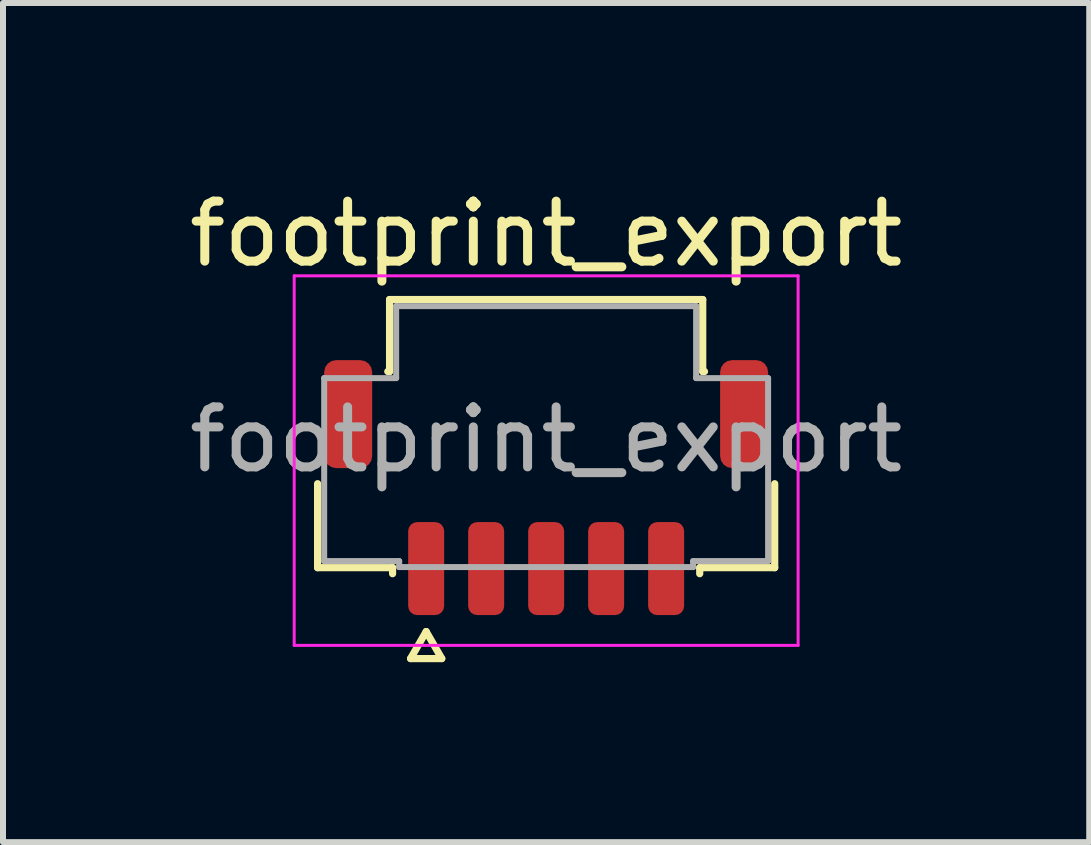
<source format=kicad_pcb>
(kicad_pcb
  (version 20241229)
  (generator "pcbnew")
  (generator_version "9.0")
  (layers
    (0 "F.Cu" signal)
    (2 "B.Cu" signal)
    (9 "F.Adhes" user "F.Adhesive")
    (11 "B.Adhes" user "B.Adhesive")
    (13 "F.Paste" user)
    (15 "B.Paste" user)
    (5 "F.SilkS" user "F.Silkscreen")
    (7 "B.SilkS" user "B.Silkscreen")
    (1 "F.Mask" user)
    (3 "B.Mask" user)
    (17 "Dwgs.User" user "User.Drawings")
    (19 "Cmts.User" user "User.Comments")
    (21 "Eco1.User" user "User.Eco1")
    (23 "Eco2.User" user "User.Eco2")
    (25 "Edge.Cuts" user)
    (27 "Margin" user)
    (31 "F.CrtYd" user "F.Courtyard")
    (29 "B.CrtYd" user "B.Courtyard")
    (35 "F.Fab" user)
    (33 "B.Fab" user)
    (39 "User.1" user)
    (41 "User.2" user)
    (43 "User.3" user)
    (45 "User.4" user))
  (footprint "footprint_export"
    (layer "F.Cu")
    (at 6.054 4.278)
    (property "Reference" "footprint_export" (at 0 -3.43 0) (layer "F.SilkS") (effects (font (size 1 1) (thickness 0.15))))
    (attr smd)
    (fp_line (start -3.81 2.135) (end -3.81 0.735) (stroke (width 0.12) (type solid)) (layer "F.SilkS"))
    (fp_line (start -2.64 -1.135) (end -2.61 -1.135) (stroke (width 0.12) (type solid)) (layer "F.SilkS"))
    (fp_line (start -2.61 -2.335) (end 2.61 -2.335) (stroke (width 0.12) (type solid)) (layer "F.SilkS"))
    (fp_line (start -2.61 -1.135) (end -2.61 -2.335) (stroke (width 0.12) (type solid)) (layer "F.SilkS"))
    (fp_line (start -2.56 2.135) (end -3.81 2.135) (stroke (width 0.12) (type solid)) (layer "F.SilkS"))
    (fp_line (start -2.56 2.235) (end -2.56 2.135) (stroke (width 0.12) (type solid)) (layer "F.SilkS"))
    (fp_line (start -2.26 3.65) (end -2 3.2) (stroke (width 0.12) (type solid)) (layer "F.SilkS"))
    (fp_line (start -2 3.2) (end -1.74 3.65) (stroke (width 0.12) (type solid)) (layer "F.SilkS"))
    (fp_line (start -1.74 3.65) (end -2.26 3.65) (stroke (width 0.12) (type solid)) (layer "F.SilkS"))
    (fp_line (start 2.56 2.135) (end 2.56 2.235) (stroke (width 0.12) (type solid)) (layer "F.SilkS"))
    (fp_line (start 2.61 -2.335) (end 2.61 -1.135) (stroke (width 0.12) (type solid)) (layer "F.SilkS"))
    (fp_line (start 2.61 -1.135) (end 2.64 -1.135) (stroke (width 0.12) (type solid)) (layer "F.SilkS"))
    (fp_line (start 3.81 0.735) (end 3.81 2.135) (stroke (width 0.12) (type solid)) (layer "F.SilkS"))
    (fp_line (start 3.81 2.135) (end 2.56 2.135) (stroke (width 0.12) (type solid)) (layer "F.SilkS"))
    (fp_line (start -4.2 -2.73) (end -4.2 3.43) (stroke (width 0.05) (type solid)) (layer "F.CrtYd"))
    (fp_line (start -4.2 3.43) (end 4.2 3.43) (stroke (width 0.05) (type solid)) (layer "F.CrtYd"))
    (fp_line (start 4.2 -2.73) (end -4.2 -2.73) (stroke (width 0.05) (type solid)) (layer "F.CrtYd"))
    (fp_line (start 4.2 3.43) (end 4.2 -2.73) (stroke (width 0.05) (type solid)) (layer "F.CrtYd"))
    (fp_line (start -3.7 -1.025) (end -2.5 -1.025) (stroke (width 0.1) (type solid)) (layer "F.Fab"))
    (fp_line (start -3.7 2.025) (end -3.7 -1.025) (stroke (width 0.1) (type solid)) (layer "F.Fab"))
    (fp_line (start -2.5 -2.225) (end 2.5 -2.225) (stroke (width 0.1) (type solid)) (layer "F.Fab"))
    (fp_line (start -2.5 -1.025) (end -2.5 -2.225) (stroke (width 0.1) (type solid)) (layer "F.Fab"))
    (fp_line (start -2.45 2.025) (end -3.7 2.025) (stroke (width 0.1) (type solid)) (layer "F.Fab"))
    (fp_line (start -2.45 2.125) (end -2.45 2.025) (stroke (width 0.1) (type solid)) (layer "F.Fab"))
    (fp_line (start 2.45 2.025) (end 2.45 2.125) (stroke (width 0.1) (type solid)) (layer "F.Fab"))
    (fp_line (start 2.45 2.125) (end -2.45 2.125) (stroke (width 0.1) (type solid)) (layer "F.Fab"))
    (fp_line (start 2.5 -2.225) (end 2.5 -1.025) (stroke (width 0.1) (type solid)) (layer "F.Fab"))
    (fp_line (start 2.5 -1.025) (end 3.7 -1.025) (stroke (width 0.1) (type solid)) (layer "F.Fab"))
    (fp_line (start 3.7 -1.025) (end 3.7 2.025) (stroke (width 0.1) (type solid)) (layer "F.Fab"))
    (fp_line (start 3.7 2.025) (end 2.45 2.025) (stroke (width 0.1) (type solid)) (layer "F.Fab"))
    (fp_text user "${REFERENCE}" (at 0 0 0) (layer "F.Fab") (effects (font (size 1 1) (thickness 0.15))))
    (pad "1" smd roundrect (at -2 2.15) (size 0.6 1.55) (layers "F.Cu" "F.Mask" "F.Paste") (roundrect_rratio 0.25))
    (pad "2" smd roundrect (at -1 2.15) (size 0.6 1.55) (layers "F.Cu" "F.Mask" "F.Paste") (roundrect_rratio 0.25))
    (pad "3" smd roundrect (at 0 2.15) (size 0.6 1.55) (layers "F.Cu" "F.Mask" "F.Paste") (roundrect_rratio 0.25))
    (pad "4" smd roundrect (at 1 2.15) (size 0.6 1.55) (layers "F.Cu" "F.Mask" "F.Paste") (roundrect_rratio 0.25))
    (pad "5" smd roundrect (at 2 2.15) (size 0.6 1.55) (layers "F.Cu" "F.Mask" "F.Paste") (roundrect_rratio 0.25))
    (pad "MP" smd roundrect (at -3.3 -0.425) (size 0.8 1.8) (layers "F.Cu" "F.Mask" "F.Paste") (roundrect_rratio 0.25))
    (pad "MP" smd roundrect (at 3.3 -0.425) (size 0.8 1.8) (layers "F.Cu" "F.Mask" "F.Paste") (roundrect_rratio 0.25)))
  (gr_rect
    (start -3 -3)
    (end 15.107 10.988)
    (stroke (width 0.1) (type default))
    (fill no)
    (layer "Edge.Cuts")))
</source>
